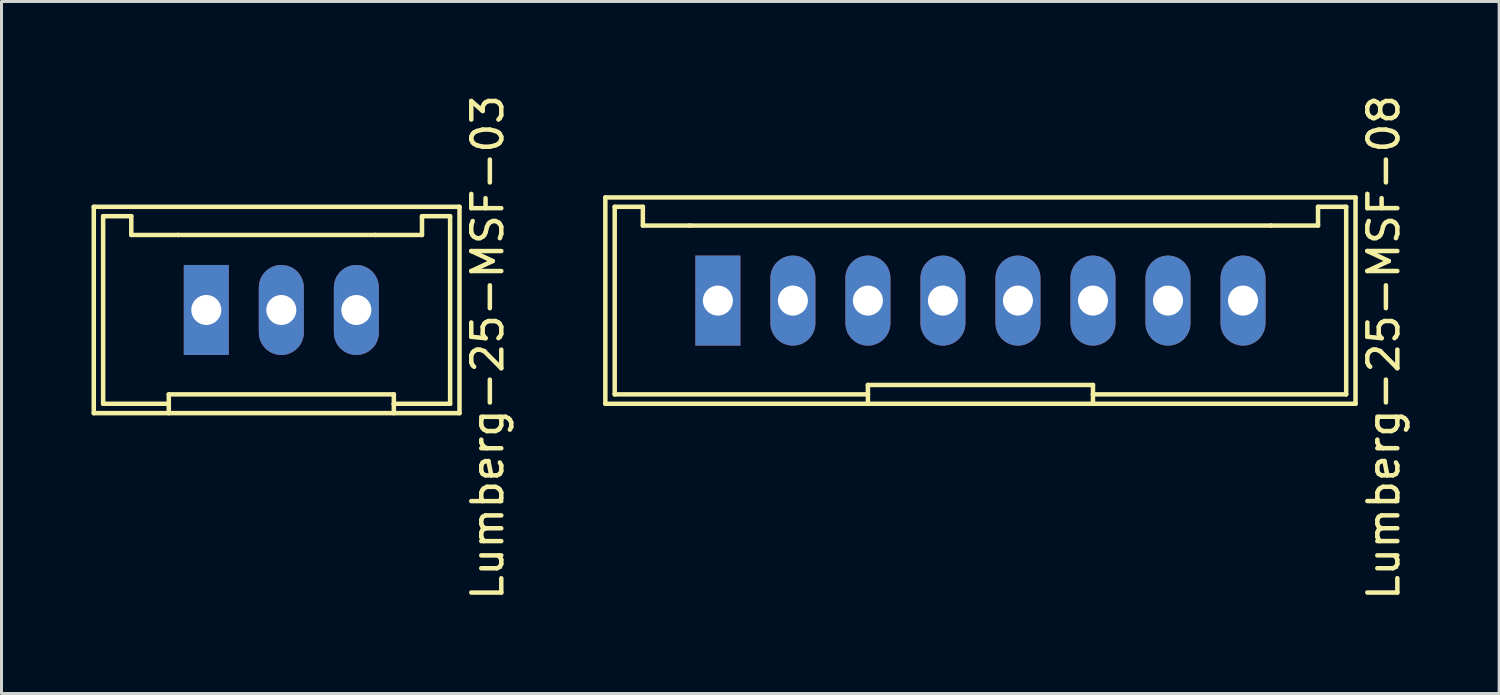
<source format=kicad_pcb>
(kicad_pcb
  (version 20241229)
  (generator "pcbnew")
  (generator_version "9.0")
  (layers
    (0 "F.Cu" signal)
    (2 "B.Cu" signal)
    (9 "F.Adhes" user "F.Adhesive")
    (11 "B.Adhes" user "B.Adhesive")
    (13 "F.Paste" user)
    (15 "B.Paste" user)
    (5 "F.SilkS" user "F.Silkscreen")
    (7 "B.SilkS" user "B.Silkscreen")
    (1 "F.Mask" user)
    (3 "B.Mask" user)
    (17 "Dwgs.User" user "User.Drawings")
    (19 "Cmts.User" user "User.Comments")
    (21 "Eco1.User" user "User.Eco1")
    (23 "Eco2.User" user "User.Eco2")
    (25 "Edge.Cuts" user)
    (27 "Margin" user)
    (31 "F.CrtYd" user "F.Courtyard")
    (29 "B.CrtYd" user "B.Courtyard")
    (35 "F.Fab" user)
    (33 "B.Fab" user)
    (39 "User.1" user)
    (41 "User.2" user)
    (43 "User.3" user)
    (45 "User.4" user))
  (footprint "Lumberg-25-MSF-08"
    (layer "F.Cu")
    (at 29.623 6.967)
    (property "Reference" "Lumberg-25-MSF-08" (at 13.438 1.562 90) (layer "F.SilkS") (effects (font (size 1 1) (thickness 0.15))))
    (attr through_hole)
    (fp_line (start -12.5 -3.438) (end 12.5 -3.438) (stroke (width 0.15) (type solid)) (layer "F.SilkS"))
    (fp_line (start -12.5 3.438) (end -12.5 -3.438) (stroke (width 0.15) (type solid)) (layer "F.SilkS"))
    (fp_line (start -12.5 3.438) (end 12.5 3.438) (stroke (width 0.15) (type solid)) (layer "F.SilkS"))
    (fp_line (start -12.188 -3.125) (end -11.25 -3.125) (stroke (width 0.15) (type solid)) (layer "F.SilkS"))
    (fp_line (start -12.188 3.125) (end -12.188 -3.125) (stroke (width 0.15) (type solid)) (layer "F.SilkS"))
    (fp_line (start -12.188 3.125) (end -3.75 3.125) (stroke (width 0.15) (type solid)) (layer "F.SilkS"))
    (fp_line (start -11.25 -3.125) (end -11.25 -2.5) (stroke (width 0.15) (type solid)) (layer "F.SilkS"))
    (fp_line (start -11.25 -2.5) (end -9.688 -2.5) (stroke (width 0.15) (type solid)) (layer "F.SilkS"))
    (fp_line (start -9.688 -2.5) (end 9.688 -2.5) (stroke (width 0.15) (type solid)) (layer "F.SilkS"))
    (fp_line (start -3.75 2.812) (end 3.75 2.812) (stroke (width 0.15) (type solid)) (layer "F.SilkS"))
    (fp_line (start -3.75 3.125) (end -3.75 2.812) (stroke (width 0.15) (type solid)) (layer "F.SilkS"))
    (fp_line (start -3.75 3.125) (end -3.75 3.438) (stroke (width 0.15) (type solid)) (layer "F.SilkS"))
    (fp_line (start 3.75 2.812) (end 3.75 3.125) (stroke (width 0.15) (type solid)) (layer "F.SilkS"))
    (fp_line (start 3.75 3.125) (end 3.75 3.438) (stroke (width 0.15) (type solid)) (layer "F.SilkS"))
    (fp_line (start 3.75 3.125) (end 12.188 3.125) (stroke (width 0.15) (type solid)) (layer "F.SilkS"))
    (fp_line (start 9.688 -2.5) (end 11.25 -2.5) (stroke (width 0.15) (type solid)) (layer "F.SilkS"))
    (fp_line (start 11.25 -3.125) (end 12.188 -3.125) (stroke (width 0.15) (type solid)) (layer "F.SilkS"))
    (fp_line (start 11.25 -2.5) (end 11.25 -3.125) (stroke (width 0.15) (type solid)) (layer "F.SilkS"))
    (fp_line (start 12.188 3.125) (end 12.188 -3.125) (stroke (width 0.15) (type solid)) (layer "F.SilkS"))
    (fp_line (start 12.5 3.438) (end 12.5 -3.438) (stroke (width 0.15) (type solid)) (layer "F.SilkS"))
    (pad "1" thru_hole rect (at -8.75 0) (size 1.5 3) (drill 1) (layers "*.Cu" "*.Mask"))
    (pad "2" thru_hole oval (at -6.25 0) (size 1.5 3) (drill 1) (layers "*.Cu" "*.Mask"))
    (pad "3" thru_hole oval (at -3.75 0) (size 1.5 3) (drill 1) (layers "*.Cu" "*.Mask"))
    (pad "4" thru_hole oval (at -1.25 0) (size 1.5 3) (drill 1) (layers "*.Cu" "*.Mask"))
    (pad "5" thru_hole oval (at 1.25 0) (size 1.5 3) (drill 1) (layers "*.Cu" "*.Mask"))
    (pad "6" thru_hole oval (at 3.75 0) (size 1.5 3) (drill 1) (layers "*.Cu" "*.Mask"))
    (pad "7" thru_hole oval (at 6.25 0) (size 1.5 3) (drill 1) (layers "*.Cu" "*.Mask"))
    (pad "8" thru_hole oval (at 8.75 0) (size 1.5 3) (drill 1) (layers "*.Cu" "*.Mask")))
  (footprint "Lumberg-25-MSF-03"
    (layer "F.Cu")
    (at 6.325 7.28)
    (property "Reference" "Lumberg-25-MSF-03" (at 6.875 1.25 90) (layer "F.SilkS") (effects (font (size 1 1) (thickness 0.15))))
    (attr through_hole)
    (fp_line (start -6.25 3.438) (end -6.25 -3.438) (stroke (width 0.15) (type solid)) (layer "F.SilkS"))
    (fp_line (start -6.25 3.438) (end 5.938 3.438) (stroke (width 0.15) (type solid)) (layer "F.SilkS"))
    (fp_line (start -5.938 -3.125) (end -5 -3.125) (stroke (width 0.15) (type solid)) (layer "F.SilkS"))
    (fp_line (start -5.938 3.125) (end -5.938 -3.125) (stroke (width 0.15) (type solid)) (layer "F.SilkS"))
    (fp_line (start -5.938 3.125) (end -3.75 3.125) (stroke (width 0.15) (type solid)) (layer "F.SilkS"))
    (fp_line (start -5 -3.125) (end -5 -2.5) (stroke (width 0.15) (type solid)) (layer "F.SilkS"))
    (fp_line (start -5 -2.5) (end -3.438 -2.5) (stroke (width 0.15) (type solid)) (layer "F.SilkS"))
    (fp_line (start -3.75 2.812) (end 3.75 2.812) (stroke (width 0.15) (type solid)) (layer "F.SilkS"))
    (fp_line (start -3.75 3.125) (end -3.75 2.812) (stroke (width 0.15) (type solid)) (layer "F.SilkS"))
    (fp_line (start -3.75 3.125) (end -3.75 3.438) (stroke (width 0.15) (type solid)) (layer "F.SilkS"))
    (fp_line (start 3.125 -2.5) (end -3.438 -2.5) (stroke (width 0.15) (type solid)) (layer "F.SilkS"))
    (fp_line (start 3.125 -2.5) (end 4.688 -2.5) (stroke (width 0.15) (type solid)) (layer "F.SilkS"))
    (fp_line (start 3.75 2.812) (end 3.75 3.125) (stroke (width 0.15) (type solid)) (layer "F.SilkS"))
    (fp_line (start 3.75 3.125) (end 3.75 3.438) (stroke (width 0.15) (type solid)) (layer "F.SilkS"))
    (fp_line (start 3.75 3.125) (end 5.625 3.125) (stroke (width 0.15) (type solid)) (layer "F.SilkS"))
    (fp_line (start 4.688 -3.125) (end 5.625 -3.125) (stroke (width 0.15) (type solid)) (layer "F.SilkS"))
    (fp_line (start 4.688 -2.5) (end 4.688 -3.125) (stroke (width 0.15) (type solid)) (layer "F.SilkS"))
    (fp_line (start 5.625 3.125) (end 5.625 -3.125) (stroke (width 0.15) (type solid)) (layer "F.SilkS"))
    (fp_line (start 5.938 -3.438) (end -6.25 -3.438) (stroke (width 0.15) (type solid)) (layer "F.SilkS"))
    (fp_line (start 5.938 3.438) (end 5.938 -3.438) (stroke (width 0.15) (type solid)) (layer "F.SilkS"))
    (pad "1" thru_hole rect (at -2.5 0) (size 1.5 3) (drill 1) (layers "*.Cu" "*.Mask"))
    (pad "2" thru_hole oval (at 0 0) (size 1.5 3) (drill 1) (layers "*.Cu" "*.Mask"))
    (pad "3" thru_hole oval (at 2.5 0) (size 1.5 3) (drill 1) (layers "*.Cu" "*.Mask")))
  (gr_rect
    (start -3 -3)
    (end 46.909 20.06)
    (stroke (width 0.1) (type default))
    (fill no)
    (layer "Edge.Cuts")))
</source>
